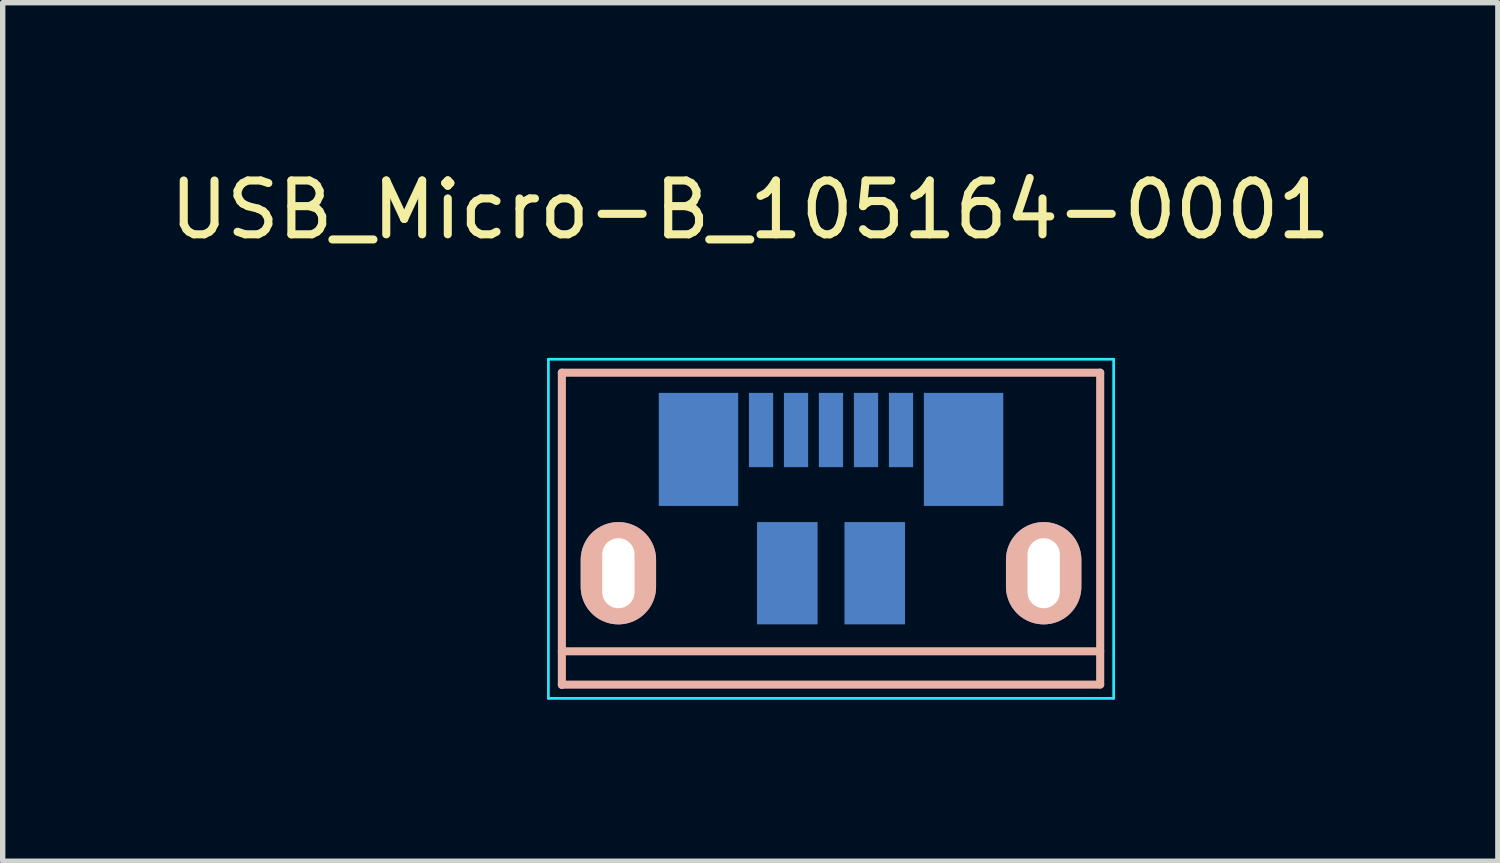
<source format=kicad_pcb>
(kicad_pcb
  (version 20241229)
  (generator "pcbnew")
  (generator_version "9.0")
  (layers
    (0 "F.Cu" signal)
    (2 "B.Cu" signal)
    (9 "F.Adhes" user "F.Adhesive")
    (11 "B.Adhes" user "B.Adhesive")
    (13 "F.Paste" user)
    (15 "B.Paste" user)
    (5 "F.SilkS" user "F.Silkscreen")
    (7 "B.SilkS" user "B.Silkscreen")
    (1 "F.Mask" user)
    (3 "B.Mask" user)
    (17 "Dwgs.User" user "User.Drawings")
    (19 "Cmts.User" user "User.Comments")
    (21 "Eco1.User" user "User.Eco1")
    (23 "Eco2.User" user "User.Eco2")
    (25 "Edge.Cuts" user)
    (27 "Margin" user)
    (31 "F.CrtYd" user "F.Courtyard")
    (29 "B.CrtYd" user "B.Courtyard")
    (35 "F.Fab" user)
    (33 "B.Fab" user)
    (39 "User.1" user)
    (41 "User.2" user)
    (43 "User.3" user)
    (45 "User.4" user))
  (footprint "USB_Micro-B_105164-0001"
    (layer "F.Cu")
    (at 12.387 5.473)
    (property "Reference" "USB_Micro-B_105164-0001" (at -1.5 -4.625 0) (layer "F.SilkS") (effects (font (size 1 1) (thickness 0.15))))
    (attr smd)
    (fp_line (start -5 -1.6) (end 5 -1.6) (stroke (width 0.15) (type solid)) (layer "B.SilkS"))
    (fp_line (start -5 4.195) (end 5 4.195) (stroke (width 0.15) (type solid)) (layer "B.SilkS"))
    (fp_line (start -5 4.2) (end -5 -1.6) (stroke (width 0.15) (type solid)) (layer "B.SilkS"))
    (fp_line (start 5 -1.6) (end 5 4.19) (stroke (width 0.15) (type solid)) (layer "B.SilkS"))
    (fp_line (start 5 3.575) (end -5 3.575) (stroke (width 0.15) (type solid)) (layer "B.SilkS"))
    (fp_line (start -5.25 -1.85) (end -5.25 4.45) (stroke (width 0.05) (type solid)) (layer "B.CrtYd"))
    (fp_line (start -5.25 -1.85) (end 5.25 -1.85) (stroke (width 0.05) (type solid)) (layer "B.CrtYd"))
    (fp_line (start 5.25 -1.85) (end 5.25 4.45) (stroke (width 0.05) (type solid)) (layer "B.CrtYd"))
    (fp_line (start 5.25 4.45) (end -5.25 4.45) (stroke (width 0.05) (type solid)) (layer "B.CrtYd"))
    (pad "1" smd rect (at 1.3 -0.535 90) (size 1.38 0.45) (layers "B.Cu" "B.Mask" "B.Paste"))
    (pad "2" smd rect (at 0.65 -0.535 90) (size 1.38 0.45) (layers "B.Cu" "B.Mask" "B.Paste"))
    (pad "3" smd rect (at -0.001 -0.535 90) (size 1.38 0.45) (layers "B.Cu" "B.Mask" "B.Paste"))
    (pad "4" smd rect (at -0.65 -0.535 90) (size 1.38 0.45) (layers "B.Cu" "B.Mask" "B.Paste"))
    (pad "5" smd rect (at -1.3 -0.535 90) (size 1.38 0.45) (layers "B.Cu" "B.Mask" "B.Paste"))
    (pad "6" thru_hole oval (at -3.95 2.125 90) (size 1.9 1.4) (drill oval 1.3 0.6) (layers "*.Cu" "*.Mask" "B.SilkS"))
    (pad "6" smd rect (at -2.462 -0.175 90) (size 2.1 1.475) (layers "B.Cu" "B.Mask" "B.Paste"))
    (pad "6" smd rect (at -0.812 2.125 90) (size 1.9 1.125) (layers "B.Cu" "B.Mask" "B.Paste"))
    (pad "6" smd rect (at 0.812 2.125 90) (size 1.9 1.125) (layers "B.Cu" "B.Mask" "B.Paste"))
    (pad "6" smd rect (at 2.462 -0.175 90) (size 2.1 1.475) (layers "B.Cu" "B.Mask" "B.Paste"))
    (pad "6" thru_hole oval (at 3.95 2.125 90) (size 1.9 1.4) (drill oval 1.3 0.6) (layers "*.Cu" "*.Mask" "B.SilkS")))
  (gr_rect
    (start -3 -3)
    (end 24.774 12.948)
    (stroke (width 0.1) (type default))
    (fill no)
    (layer "Edge.Cuts")))
</source>
